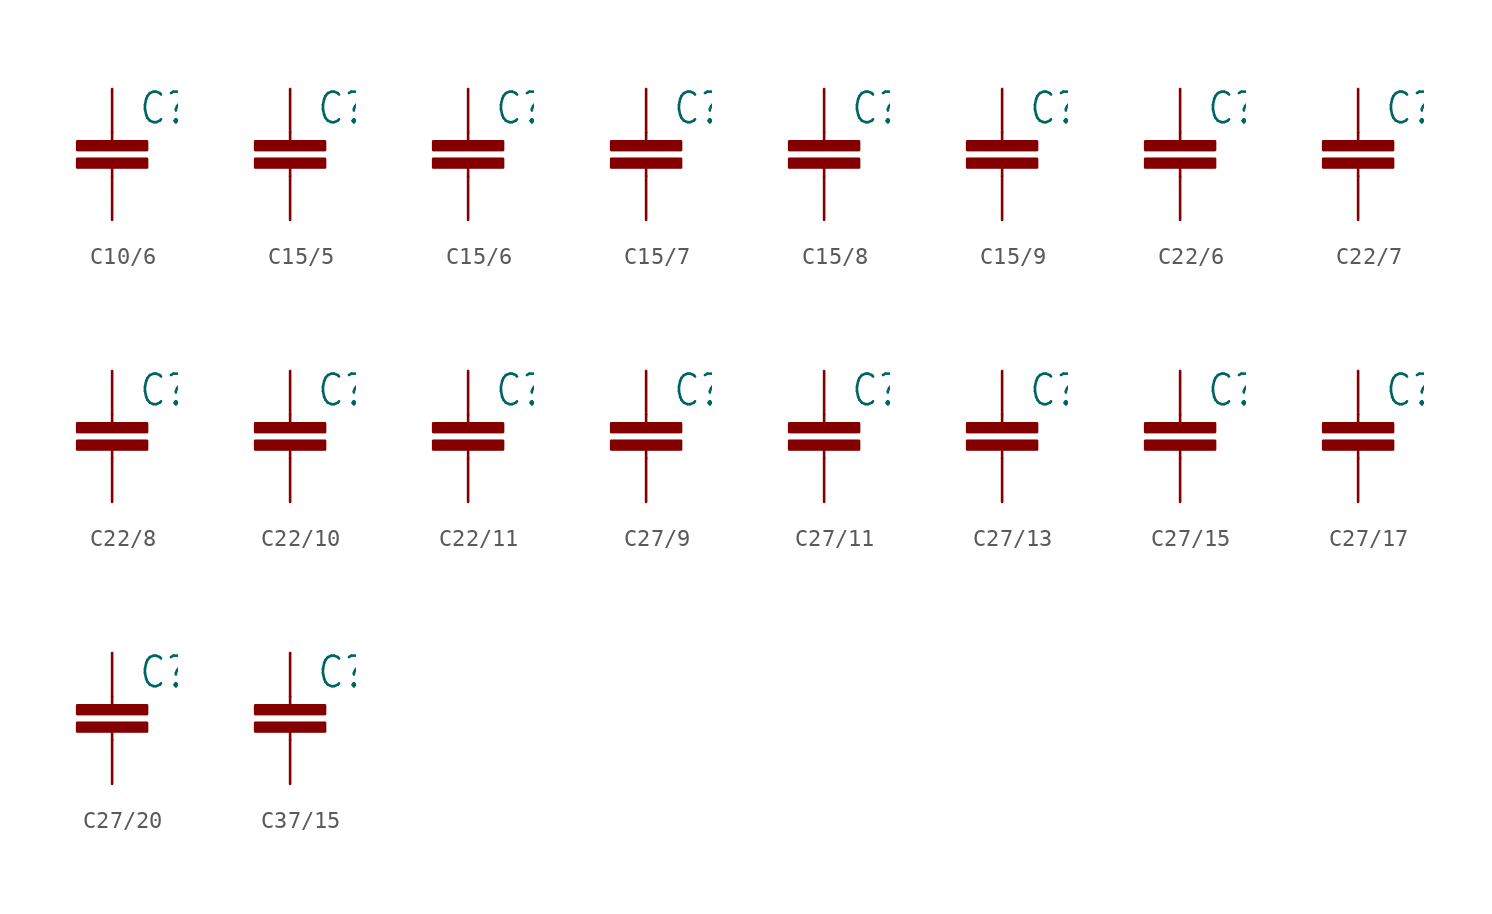
<source format=kicad_sym>
(kicad_symbol_lib
  (version 20241209)
  (generator "kicad_symbol_editor")
  (generator_version "9.0")
  (symbol "C10/6"
    (property "Reference" "C"
      (at 1.524 0.381 0)
      (effects (font (size 1.778 1.511)) (justify left bottom)))
    (property "Value" ""
      (at 1.524 -4.699 0)
      (effects (font (size 1.778 1.511)) (justify left bottom)))
    (property "ki_locked" ""
      (at 0 0 0)
      (effects (font (size 1.27 1.27))))
    (symbol "C10/6_1_0"
      (rectangle (start -2.032 -1.016) (end 2.032 -0.508) (stroke (width 0) (type default)) (fill (type outline)))
      (rectangle (start -2.032 -2.032) (end 2.032 -1.524) (stroke (width 0) (type default)) (fill (type outline)))
      (polyline (pts (xy 0 0) (xy 0 -0.508)) (stroke (width 0.152) (type solid)) (fill (type none)))
      (polyline (pts (xy 0 -2.54) (xy 0 -2.032)) (stroke (width 0.152) (type solid)) (fill (type none)))
      (pin passive line (at 0 2.54 270) (length 2.54) (name "1" (effects (font (size 0 0)))) (number "1" (effects (font (size 0 0)))))
      (pin passive line (at 0 -5.08 90) (length 2.54) (name "2" (effects (font (size 0 0)))) (number "2" (effects (font (size 0 0)))))))
  (symbol "C15/5"
    (property "Reference" "C"
      (at 1.524 0.381 0)
      (effects (font (size 1.778 1.511)) (justify left bottom)))
    (property "Value" ""
      (at 1.524 -4.699 0)
      (effects (font (size 1.778 1.511)) (justify left bottom)))
    (property "ki_locked" ""
      (at 0 0 0)
      (effects (font (size 1.27 1.27))))
    (symbol "C15/5_1_0"
      (rectangle (start -2.032 -1.016) (end 2.032 -0.508) (stroke (width 0) (type default)) (fill (type outline)))
      (rectangle (start -2.032 -2.032) (end 2.032 -1.524) (stroke (width 0) (type default)) (fill (type outline)))
      (polyline (pts (xy 0 0) (xy 0 -0.508)) (stroke (width 0.152) (type solid)) (fill (type none)))
      (polyline (pts (xy 0 -2.54) (xy 0 -2.032)) (stroke (width 0.152) (type solid)) (fill (type none)))
      (pin passive line (at 0 2.54 270) (length 2.54) (name "1" (effects (font (size 0 0)))) (number "1" (effects (font (size 0 0)))))
      (pin passive line (at 0 -5.08 90) (length 2.54) (name "2" (effects (font (size 0 0)))) (number "2" (effects (font (size 0 0)))))))
  (symbol "C15/6"
    (property "Reference" "C"
      (at 1.524 0.381 0)
      (effects (font (size 1.778 1.511)) (justify left bottom)))
    (property "Value" ""
      (at 1.524 -4.699 0)
      (effects (font (size 1.778 1.511)) (justify left bottom)))
    (property "ki_locked" ""
      (at 0 0 0)
      (effects (font (size 1.27 1.27))))
    (symbol "C15/6_1_0"
      (rectangle (start -2.032 -1.016) (end 2.032 -0.508) (stroke (width 0) (type default)) (fill (type outline)))
      (rectangle (start -2.032 -2.032) (end 2.032 -1.524) (stroke (width 0) (type default)) (fill (type outline)))
      (polyline (pts (xy 0 0) (xy 0 -0.508)) (stroke (width 0.152) (type solid)) (fill (type none)))
      (polyline (pts (xy 0 -2.54) (xy 0 -2.032)) (stroke (width 0.152) (type solid)) (fill (type none)))
      (pin passive line (at 0 2.54 270) (length 2.54) (name "1" (effects (font (size 0 0)))) (number "1" (effects (font (size 0 0)))))
      (pin passive line (at 0 -5.08 90) (length 2.54) (name "2" (effects (font (size 0 0)))) (number "2" (effects (font (size 0 0)))))))
  (symbol "C15/7"
    (property "Reference" "C"
      (at 1.524 0.381 0)
      (effects (font (size 1.778 1.511)) (justify left bottom)))
    (property "Value" ""
      (at 1.524 -4.699 0)
      (effects (font (size 1.778 1.511)) (justify left bottom)))
    (property "ki_locked" ""
      (at 0 0 0)
      (effects (font (size 1.27 1.27))))
    (symbol "C15/7_1_0"
      (rectangle (start -2.032 -1.016) (end 2.032 -0.508) (stroke (width 0) (type default)) (fill (type outline)))
      (rectangle (start -2.032 -2.032) (end 2.032 -1.524) (stroke (width 0) (type default)) (fill (type outline)))
      (polyline (pts (xy 0 0) (xy 0 -0.508)) (stroke (width 0.152) (type solid)) (fill (type none)))
      (polyline (pts (xy 0 -2.54) (xy 0 -2.032)) (stroke (width 0.152) (type solid)) (fill (type none)))
      (pin passive line (at 0 2.54 270) (length 2.54) (name "1" (effects (font (size 0 0)))) (number "1" (effects (font (size 0 0)))))
      (pin passive line (at 0 -5.08 90) (length 2.54) (name "2" (effects (font (size 0 0)))) (number "2" (effects (font (size 0 0)))))))
  (symbol "C15/8"
    (property "Reference" "C"
      (at 1.524 0.381 0)
      (effects (font (size 1.778 1.511)) (justify left bottom)))
    (property "Value" ""
      (at 1.524 -4.699 0)
      (effects (font (size 1.778 1.511)) (justify left bottom)))
    (property "ki_locked" ""
      (at 0 0 0)
      (effects (font (size 1.27 1.27))))
    (symbol "C15/8_1_0"
      (rectangle (start -2.032 -1.016) (end 2.032 -0.508) (stroke (width 0) (type default)) (fill (type outline)))
      (rectangle (start -2.032 -2.032) (end 2.032 -1.524) (stroke (width 0) (type default)) (fill (type outline)))
      (polyline (pts (xy 0 0) (xy 0 -0.508)) (stroke (width 0.152) (type solid)) (fill (type none)))
      (polyline (pts (xy 0 -2.54) (xy 0 -2.032)) (stroke (width 0.152) (type solid)) (fill (type none)))
      (pin passive line (at 0 2.54 270) (length 2.54) (name "1" (effects (font (size 0 0)))) (number "1" (effects (font (size 0 0)))))
      (pin passive line (at 0 -5.08 90) (length 2.54) (name "2" (effects (font (size 0 0)))) (number "2" (effects (font (size 0 0)))))))
  (symbol "C15/9"
    (property "Reference" "C"
      (at 1.524 0.381 0)
      (effects (font (size 1.778 1.511)) (justify left bottom)))
    (property "Value" ""
      (at 1.524 -4.699 0)
      (effects (font (size 1.778 1.511)) (justify left bottom)))
    (property "ki_locked" ""
      (at 0 0 0)
      (effects (font (size 1.27 1.27))))
    (symbol "C15/9_1_0"
      (rectangle (start -2.032 -1.016) (end 2.032 -0.508) (stroke (width 0) (type default)) (fill (type outline)))
      (rectangle (start -2.032 -2.032) (end 2.032 -1.524) (stroke (width 0) (type default)) (fill (type outline)))
      (polyline (pts (xy 0 0) (xy 0 -0.508)) (stroke (width 0.152) (type solid)) (fill (type none)))
      (polyline (pts (xy 0 -2.54) (xy 0 -2.032)) (stroke (width 0.152) (type solid)) (fill (type none)))
      (pin passive line (at 0 2.54 270) (length 2.54) (name "1" (effects (font (size 0 0)))) (number "1" (effects (font (size 0 0)))))
      (pin passive line (at 0 -5.08 90) (length 2.54) (name "2" (effects (font (size 0 0)))) (number "2" (effects (font (size 0 0)))))))
  (symbol "C22/6"
    (property "Reference" "C"
      (at 1.524 0.381 0)
      (effects (font (size 1.778 1.511)) (justify left bottom)))
    (property "Value" ""
      (at 1.524 -4.699 0)
      (effects (font (size 1.778 1.511)) (justify left bottom)))
    (property "ki_locked" ""
      (at 0 0 0)
      (effects (font (size 1.27 1.27))))
    (symbol "C22/6_1_0"
      (rectangle (start -2.032 -1.016) (end 2.032 -0.508) (stroke (width 0) (type default)) (fill (type outline)))
      (rectangle (start -2.032 -2.032) (end 2.032 -1.524) (stroke (width 0) (type default)) (fill (type outline)))
      (polyline (pts (xy 0 0) (xy 0 -0.508)) (stroke (width 0.152) (type solid)) (fill (type none)))
      (polyline (pts (xy 0 -2.54) (xy 0 -2.032)) (stroke (width 0.152) (type solid)) (fill (type none)))
      (pin passive line (at 0 2.54 270) (length 2.54) (name "1" (effects (font (size 0 0)))) (number "1" (effects (font (size 0 0)))))
      (pin passive line (at 0 -5.08 90) (length 2.54) (name "2" (effects (font (size 0 0)))) (number "2" (effects (font (size 0 0)))))))
  (symbol "C22/7"
    (property "Reference" "C"
      (at 1.524 0.381 0)
      (effects (font (size 1.778 1.511)) (justify left bottom)))
    (property "Value" ""
      (at 1.524 -4.699 0)
      (effects (font (size 1.778 1.511)) (justify left bottom)))
    (property "ki_locked" ""
      (at 0 0 0)
      (effects (font (size 1.27 1.27))))
    (symbol "C22/7_1_0"
      (rectangle (start -2.032 -1.016) (end 2.032 -0.508) (stroke (width 0) (type default)) (fill (type outline)))
      (rectangle (start -2.032 -2.032) (end 2.032 -1.524) (stroke (width 0) (type default)) (fill (type outline)))
      (polyline (pts (xy 0 0) (xy 0 -0.508)) (stroke (width 0.152) (type solid)) (fill (type none)))
      (polyline (pts (xy 0 -2.54) (xy 0 -2.032)) (stroke (width 0.152) (type solid)) (fill (type none)))
      (pin passive line (at 0 2.54 270) (length 2.54) (name "1" (effects (font (size 0 0)))) (number "1" (effects (font (size 0 0)))))
      (pin passive line (at 0 -5.08 90) (length 2.54) (name "2" (effects (font (size 0 0)))) (number "2" (effects (font (size 0 0)))))))
  (symbol "C22/8"
    (property "Reference" "C"
      (at 1.524 0.381 0)
      (effects (font (size 1.778 1.511)) (justify left bottom)))
    (property "Value" ""
      (at 1.524 -4.699 0)
      (effects (font (size 1.778 1.511)) (justify left bottom)))
    (property "ki_locked" ""
      (at 0 0 0)
      (effects (font (size 1.27 1.27))))
    (symbol "C22/8_1_0"
      (rectangle (start -2.032 -1.016) (end 2.032 -0.508) (stroke (width 0) (type default)) (fill (type outline)))
      (rectangle (start -2.032 -2.032) (end 2.032 -1.524) (stroke (width 0) (type default)) (fill (type outline)))
      (polyline (pts (xy 0 0) (xy 0 -0.508)) (stroke (width 0.152) (type solid)) (fill (type none)))
      (polyline (pts (xy 0 -2.54) (xy 0 -2.032)) (stroke (width 0.152) (type solid)) (fill (type none)))
      (pin passive line (at 0 2.54 270) (length 2.54) (name "1" (effects (font (size 0 0)))) (number "1" (effects (font (size 0 0)))))
      (pin passive line (at 0 -5.08 90) (length 2.54) (name "2" (effects (font (size 0 0)))) (number "2" (effects (font (size 0 0)))))))
  (symbol "C22/10"
    (property "Reference" "C"
      (at 1.524 0.381 0)
      (effects (font (size 1.778 1.511)) (justify left bottom)))
    (property "Value" ""
      (at 1.524 -4.699 0)
      (effects (font (size 1.778 1.511)) (justify left bottom)))
    (property "ki_locked" ""
      (at 0 0 0)
      (effects (font (size 1.27 1.27))))
    (symbol "C22/10_1_0"
      (rectangle (start -2.032 -1.016) (end 2.032 -0.508) (stroke (width 0) (type default)) (fill (type outline)))
      (rectangle (start -2.032 -2.032) (end 2.032 -1.524) (stroke (width 0) (type default)) (fill (type outline)))
      (polyline (pts (xy 0 0) (xy 0 -0.508)) (stroke (width 0.152) (type solid)) (fill (type none)))
      (polyline (pts (xy 0 -2.54) (xy 0 -2.032)) (stroke (width 0.152) (type solid)) (fill (type none)))
      (pin passive line (at 0 2.54 270) (length 2.54) (name "1" (effects (font (size 0 0)))) (number "1" (effects (font (size 0 0)))))
      (pin passive line (at 0 -5.08 90) (length 2.54) (name "2" (effects (font (size 0 0)))) (number "2" (effects (font (size 0 0)))))))
  (symbol "C22/11"
    (property "Reference" "C"
      (at 1.524 0.381 0)
      (effects (font (size 1.778 1.511)) (justify left bottom)))
    (property "Value" ""
      (at 1.524 -4.699 0)
      (effects (font (size 1.778 1.511)) (justify left bottom)))
    (property "ki_locked" ""
      (at 0 0 0)
      (effects (font (size 1.27 1.27))))
    (symbol "C22/11_1_0"
      (rectangle (start -2.032 -1.016) (end 2.032 -0.508) (stroke (width 0) (type default)) (fill (type outline)))
      (rectangle (start -2.032 -2.032) (end 2.032 -1.524) (stroke (width 0) (type default)) (fill (type outline)))
      (polyline (pts (xy 0 0) (xy 0 -0.508)) (stroke (width 0.152) (type solid)) (fill (type none)))
      (polyline (pts (xy 0 -2.54) (xy 0 -2.032)) (stroke (width 0.152) (type solid)) (fill (type none)))
      (pin passive line (at 0 2.54 270) (length 2.54) (name "1" (effects (font (size 0 0)))) (number "1" (effects (font (size 0 0)))))
      (pin passive line (at 0 -5.08 90) (length 2.54) (name "2" (effects (font (size 0 0)))) (number "2" (effects (font (size 0 0)))))))
  (symbol "C27/9"
    (property "Reference" "C"
      (at 1.524 0.381 0)
      (effects (font (size 1.778 1.511)) (justify left bottom)))
    (property "Value" ""
      (at 1.524 -4.699 0)
      (effects (font (size 1.778 1.511)) (justify left bottom)))
    (property "ki_locked" ""
      (at 0 0 0)
      (effects (font (size 1.27 1.27))))
    (symbol "C27/9_1_0"
      (rectangle (start -2.032 -1.016) (end 2.032 -0.508) (stroke (width 0) (type default)) (fill (type outline)))
      (rectangle (start -2.032 -2.032) (end 2.032 -1.524) (stroke (width 0) (type default)) (fill (type outline)))
      (polyline (pts (xy 0 0) (xy 0 -0.508)) (stroke (width 0.152) (type solid)) (fill (type none)))
      (polyline (pts (xy 0 -2.54) (xy 0 -2.032)) (stroke (width 0.152) (type solid)) (fill (type none)))
      (pin passive line (at 0 2.54 270) (length 2.54) (name "1" (effects (font (size 0 0)))) (number "1" (effects (font (size 0 0)))))
      (pin passive line (at 0 -5.08 90) (length 2.54) (name "2" (effects (font (size 0 0)))) (number "2" (effects (font (size 0 0)))))))
  (symbol "C27/11"
    (property "Reference" "C"
      (at 1.524 0.381 0)
      (effects (font (size 1.778 1.511)) (justify left bottom)))
    (property "Value" ""
      (at 1.524 -4.699 0)
      (effects (font (size 1.778 1.511)) (justify left bottom)))
    (property "ki_locked" ""
      (at 0 0 0)
      (effects (font (size 1.27 1.27))))
    (symbol "C27/11_1_0"
      (rectangle (start -2.032 -1.016) (end 2.032 -0.508) (stroke (width 0) (type default)) (fill (type outline)))
      (rectangle (start -2.032 -2.032) (end 2.032 -1.524) (stroke (width 0) (type default)) (fill (type outline)))
      (polyline (pts (xy 0 0) (xy 0 -0.508)) (stroke (width 0.152) (type solid)) (fill (type none)))
      (polyline (pts (xy 0 -2.54) (xy 0 -2.032)) (stroke (width 0.152) (type solid)) (fill (type none)))
      (pin passive line (at 0 2.54 270) (length 2.54) (name "1" (effects (font (size 0 0)))) (number "1" (effects (font (size 0 0)))))
      (pin passive line (at 0 -5.08 90) (length 2.54) (name "2" (effects (font (size 0 0)))) (number "2" (effects (font (size 0 0)))))))
  (symbol "C27/13"
    (property "Reference" "C"
      (at 1.524 0.381 0)
      (effects (font (size 1.778 1.511)) (justify left bottom)))
    (property "Value" ""
      (at 1.524 -4.699 0)
      (effects (font (size 1.778 1.511)) (justify left bottom)))
    (property "ki_locked" ""
      (at 0 0 0)
      (effects (font (size 1.27 1.27))))
    (symbol "C27/13_1_0"
      (rectangle (start -2.032 -1.016) (end 2.032 -0.508) (stroke (width 0) (type default)) (fill (type outline)))
      (rectangle (start -2.032 -2.032) (end 2.032 -1.524) (stroke (width 0) (type default)) (fill (type outline)))
      (polyline (pts (xy 0 0) (xy 0 -0.508)) (stroke (width 0.152) (type solid)) (fill (type none)))
      (polyline (pts (xy 0 -2.54) (xy 0 -2.032)) (stroke (width 0.152) (type solid)) (fill (type none)))
      (pin passive line (at 0 2.54 270) (length 2.54) (name "1" (effects (font (size 0 0)))) (number "1" (effects (font (size 0 0)))))
      (pin passive line (at 0 -5.08 90) (length 2.54) (name "2" (effects (font (size 0 0)))) (number "2" (effects (font (size 0 0)))))))
  (symbol "C27/15"
    (property "Reference" "C"
      (at 1.524 0.381 0)
      (effects (font (size 1.778 1.511)) (justify left bottom)))
    (property "Value" ""
      (at 1.524 -4.699 0)
      (effects (font (size 1.778 1.511)) (justify left bottom)))
    (property "ki_locked" ""
      (at 0 0 0)
      (effects (font (size 1.27 1.27))))
    (symbol "C27/15_1_0"
      (rectangle (start -2.032 -1.016) (end 2.032 -0.508) (stroke (width 0) (type default)) (fill (type outline)))
      (rectangle (start -2.032 -2.032) (end 2.032 -1.524) (stroke (width 0) (type default)) (fill (type outline)))
      (polyline (pts (xy 0 0) (xy 0 -0.508)) (stroke (width 0.152) (type solid)) (fill (type none)))
      (polyline (pts (xy 0 -2.54) (xy 0 -2.032)) (stroke (width 0.152) (type solid)) (fill (type none)))
      (pin passive line (at 0 2.54 270) (length 2.54) (name "1" (effects (font (size 0 0)))) (number "1" (effects (font (size 0 0)))))
      (pin passive line (at 0 -5.08 90) (length 2.54) (name "2" (effects (font (size 0 0)))) (number "2" (effects (font (size 0 0)))))))
  (symbol "C27/17"
    (property "Reference" "C"
      (at 1.524 0.381 0)
      (effects (font (size 1.778 1.511)) (justify left bottom)))
    (property "Value" ""
      (at 1.524 -4.699 0)
      (effects (font (size 1.778 1.511)) (justify left bottom)))
    (property "ki_locked" ""
      (at 0 0 0)
      (effects (font (size 1.27 1.27))))
    (symbol "C27/17_1_0"
      (rectangle (start -2.032 -1.016) (end 2.032 -0.508) (stroke (width 0) (type default)) (fill (type outline)))
      (rectangle (start -2.032 -2.032) (end 2.032 -1.524) (stroke (width 0) (type default)) (fill (type outline)))
      (polyline (pts (xy 0 0) (xy 0 -0.508)) (stroke (width 0.152) (type solid)) (fill (type none)))
      (polyline (pts (xy 0 -2.54) (xy 0 -2.032)) (stroke (width 0.152) (type solid)) (fill (type none)))
      (pin passive line (at 0 2.54 270) (length 2.54) (name "1" (effects (font (size 0 0)))) (number "1" (effects (font (size 0 0)))))
      (pin passive line (at 0 -5.08 90) (length 2.54) (name "2" (effects (font (size 0 0)))) (number "2" (effects (font (size 0 0)))))))
  (symbol "C27/20"
    (property "Reference" "C"
      (at 1.524 0.381 0)
      (effects (font (size 1.778 1.511)) (justify left bottom)))
    (property "Value" ""
      (at 1.524 -4.699 0)
      (effects (font (size 1.778 1.511)) (justify left bottom)))
    (property "ki_locked" ""
      (at 0 0 0)
      (effects (font (size 1.27 1.27))))
    (symbol "C27/20_1_0"
      (rectangle (start -2.032 -1.016) (end 2.032 -0.508) (stroke (width 0) (type default)) (fill (type outline)))
      (rectangle (start -2.032 -2.032) (end 2.032 -1.524) (stroke (width 0) (type default)) (fill (type outline)))
      (polyline (pts (xy 0 0) (xy 0 -0.508)) (stroke (width 0.152) (type solid)) (fill (type none)))
      (polyline (pts (xy 0 -2.54) (xy 0 -2.032)) (stroke (width 0.152) (type solid)) (fill (type none)))
      (pin passive line (at 0 2.54 270) (length 2.54) (name "1" (effects (font (size 0 0)))) (number "1" (effects (font (size 0 0)))))
      (pin passive line (at 0 -5.08 90) (length 2.54) (name "2" (effects (font (size 0 0)))) (number "2" (effects (font (size 0 0)))))))
  (symbol "C37/15"
    (property "Reference" "C"
      (at 1.524 0.381 0)
      (effects (font (size 1.778 1.511)) (justify left bottom)))
    (property "Value" ""
      (at 1.524 -4.699 0)
      (effects (font (size 1.778 1.511)) (justify left bottom)))
    (property "ki_locked" ""
      (at 0 0 0)
      (effects (font (size 1.27 1.27))))
    (symbol "C37/15_1_0"
      (rectangle (start -2.032 -1.016) (end 2.032 -0.508) (stroke (width 0) (type default)) (fill (type outline)))
      (rectangle (start -2.032 -2.032) (end 2.032 -1.524) (stroke (width 0) (type default)) (fill (type outline)))
      (polyline (pts (xy 0 0) (xy 0 -0.508)) (stroke (width 0.152) (type solid)) (fill (type none)))
      (polyline (pts (xy 0 -2.54) (xy 0 -2.032)) (stroke (width 0.152) (type solid)) (fill (type none)))
      (pin passive line (at 0 2.54 270) (length 2.54) (name "1" (effects (font (size 0 0)))) (number "1" (effects (font (size 0 0)))))
      (pin passive line (at 0 -5.08 90) (length 2.54) (name "2" (effects (font (size 0 0)))) (number "2" (effects (font (size 0 0))))))))
</source>
